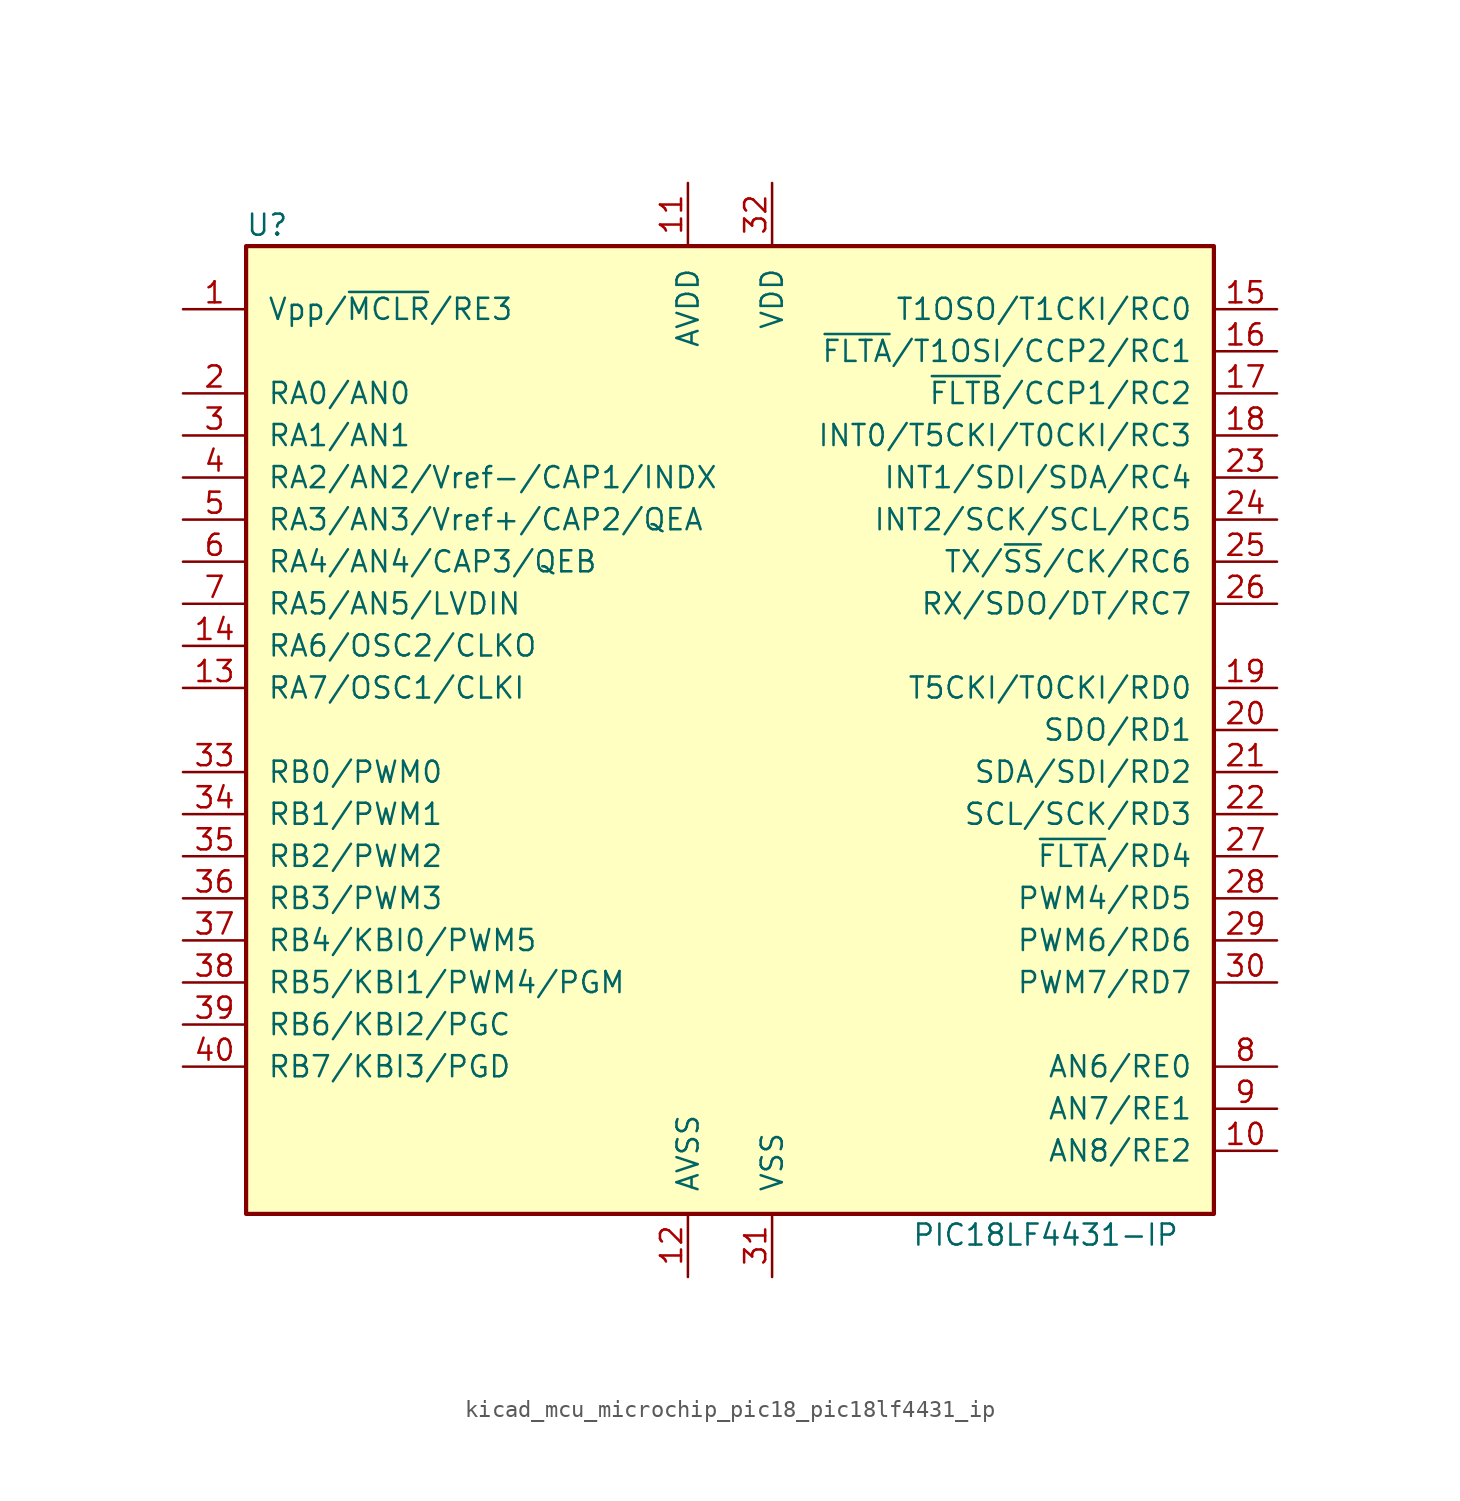
<source format=kicad_sym>
(kicad_symbol_lib
  (version 20220914)
  (generator kicad_symbol_editor)
  (symbol "kicad_mcu_microchip_pic18_pic18lf4431_ip"
    (pin_names
      (offset 1.27))
    (property "Reference" "U"
      (at -27.94 30.48 0)
      (effects (font (size 1.27 1.27))))
    (property "Value" "PIC18LF4431-IP"
      (at 19.05 -30.48 0)
      (effects (font (size 1.27 1.27))))
    (symbol "kicad_mcu_microchip_pic18_pic18lf4431_ip_0_1"
      (rectangle (start -29.21 29.21) (end 29.21 -29.21) (stroke (width 0.254) (type default)) (fill (type background))))
    (symbol "kicad_mcu_microchip_pic18_pic18lf4431_ip_1_1"
      (pin input line (at -33.02 25.4 0) (length 3.81) (name "Vpp/~{MCLR}/RE3" (effects (font (size 1.27 1.27)))) (number "1" (effects (font (size 1.27 1.27)))))
      (pin bidirectional line (at 33.02 -25.4 180) (length 3.81) (name "AN8/RE2" (effects (font (size 1.27 1.27)))) (number "10" (effects (font (size 1.27 1.27)))))
      (pin power_in line (at -2.54 33.02 270) (length 3.81) (name "AVDD" (effects (font (size 1.27 1.27)))) (number "11" (effects (font (size 1.27 1.27)))))
      (pin power_in line (at -2.54 -33.02 90) (length 3.81) (name "AVSS" (effects (font (size 1.27 1.27)))) (number "12" (effects (font (size 1.27 1.27)))))
      (pin bidirectional line (at -33.02 2.54 0) (length 3.81) (name "RA7/OSC1/CLKI" (effects (font (size 1.27 1.27)))) (number "13" (effects (font (size 1.27 1.27)))))
      (pin bidirectional line (at -33.02 5.08 0) (length 3.81) (name "RA6/OSC2/CLKO" (effects (font (size 1.27 1.27)))) (number "14" (effects (font (size 1.27 1.27)))))
      (pin bidirectional line (at 33.02 25.4 180) (length 3.81) (name "T1OSO/T1CKI/RC0" (effects (font (size 1.27 1.27)))) (number "15" (effects (font (size 1.27 1.27)))))
      (pin bidirectional line (at 33.02 22.86 180) (length 3.81) (name "~{FLTA}/T1OSI/CCP2/RC1" (effects (font (size 1.27 1.27)))) (number "16" (effects (font (size 1.27 1.27)))))
      (pin bidirectional line (at 33.02 20.32 180) (length 3.81) (name "~{FLTB}/CCP1/RC2" (effects (font (size 1.27 1.27)))) (number "17" (effects (font (size 1.27 1.27)))))
      (pin bidirectional line (at 33.02 17.78 180) (length 3.81) (name "INT0/T5CKI/T0CKI/RC3" (effects (font (size 1.27 1.27)))) (number "18" (effects (font (size 1.27 1.27)))))
      (pin bidirectional line (at 33.02 2.54 180) (length 3.81) (name "T5CKI/T0CKI/RD0" (effects (font (size 1.27 1.27)))) (number "19" (effects (font (size 1.27 1.27)))))
      (pin bidirectional line (at -33.02 20.32 0) (length 3.81) (name "RA0/AN0" (effects (font (size 1.27 1.27)))) (number "2" (effects (font (size 1.27 1.27)))))
      (pin bidirectional line (at 33.02 0 180) (length 3.81) (name "SDO/RD1" (effects (font (size 1.27 1.27)))) (number "20" (effects (font (size 1.27 1.27)))))
      (pin bidirectional line (at 33.02 -2.54 180) (length 3.81) (name "SDA/SDI/RD2" (effects (font (size 1.27 1.27)))) (number "21" (effects (font (size 1.27 1.27)))))
      (pin bidirectional line (at 33.02 -5.08 180) (length 3.81) (name "SCL/SCK/RD3" (effects (font (size 1.27 1.27)))) (number "22" (effects (font (size 1.27 1.27)))))
      (pin bidirectional line (at 33.02 15.24 180) (length 3.81) (name "INT1/SDI/SDA/RC4" (effects (font (size 1.27 1.27)))) (number "23" (effects (font (size 1.27 1.27)))))
      (pin bidirectional line (at 33.02 12.7 180) (length 3.81) (name "INT2/SCK/SCL/RC5" (effects (font (size 1.27 1.27)))) (number "24" (effects (font (size 1.27 1.27)))))
      (pin bidirectional line (at 33.02 10.16 180) (length 3.81) (name "TX/~{SS}/CK/RC6" (effects (font (size 1.27 1.27)))) (number "25" (effects (font (size 1.27 1.27)))))
      (pin bidirectional line (at 33.02 7.62 180) (length 3.81) (name "RX/SDO/DT/RC7" (effects (font (size 1.27 1.27)))) (number "26" (effects (font (size 1.27 1.27)))))
      (pin bidirectional line (at 33.02 -7.62 180) (length 3.81) (name "~{FLTA}/RD4" (effects (font (size 1.27 1.27)))) (number "27" (effects (font (size 1.27 1.27)))))
      (pin bidirectional line (at 33.02 -10.16 180) (length 3.81) (name "PWM4/RD5" (effects (font (size 1.27 1.27)))) (number "28" (effects (font (size 1.27 1.27)))))
      (pin bidirectional line (at 33.02 -12.7 180) (length 3.81) (name "PWM6/RD6" (effects (font (size 1.27 1.27)))) (number "29" (effects (font (size 1.27 1.27)))))
      (pin bidirectional line (at -33.02 17.78 0) (length 3.81) (name "RA1/AN1" (effects (font (size 1.27 1.27)))) (number "3" (effects (font (size 1.27 1.27)))))
      (pin bidirectional line (at 33.02 -15.24 180) (length 3.81) (name "PWM7/RD7" (effects (font (size 1.27 1.27)))) (number "30" (effects (font (size 1.27 1.27)))))
      (pin power_in line (at 2.54 -33.02 90) (length 3.81) (name "VSS" (effects (font (size 1.27 1.27)))) (number "31" (effects (font (size 1.27 1.27)))))
      (pin power_in line (at 2.54 33.02 270) (length 3.81) (name "VDD" (effects (font (size 1.27 1.27)))) (number "32" (effects (font (size 1.27 1.27)))))
      (pin bidirectional line (at -33.02 -2.54 0) (length 3.81) (name "RB0/PWM0" (effects (font (size 1.27 1.27)))) (number "33" (effects (font (size 1.27 1.27)))))
      (pin bidirectional line (at -33.02 -5.08 0) (length 3.81) (name "RB1/PWM1" (effects (font (size 1.27 1.27)))) (number "34" (effects (font (size 1.27 1.27)))))
      (pin bidirectional line (at -33.02 -7.62 0) (length 3.81) (name "RB2/PWM2" (effects (font (size 1.27 1.27)))) (number "35" (effects (font (size 1.27 1.27)))))
      (pin bidirectional line (at -33.02 -10.16 0) (length 3.81) (name "RB3/PWM3" (effects (font (size 1.27 1.27)))) (number "36" (effects (font (size 1.27 1.27)))))
      (pin bidirectional line (at -33.02 -12.7 0) (length 3.81) (name "RB4/KBI0/PWM5" (effects (font (size 1.27 1.27)))) (number "37" (effects (font (size 1.27 1.27)))))
      (pin bidirectional line (at -33.02 -15.24 0) (length 3.81) (name "RB5/KBI1/PWM4/PGM" (effects (font (size 1.27 1.27)))) (number "38" (effects (font (size 1.27 1.27)))))
      (pin bidirectional line (at -33.02 -17.78 0) (length 3.81) (name "RB6/KBI2/PGC" (effects (font (size 1.27 1.27)))) (number "39" (effects (font (size 1.27 1.27)))))
      (pin bidirectional line (at -33.02 15.24 0) (length 3.81) (name "RA2/AN2/Vref-/CAP1/INDX" (effects (font (size 1.27 1.27)))) (number "4" (effects (font (size 1.27 1.27)))))
      (pin bidirectional line (at -33.02 -20.32 0) (length 3.81) (name "RB7/KBI3/PGD" (effects (font (size 1.27 1.27)))) (number "40" (effects (font (size 1.27 1.27)))))
      (pin bidirectional line (at -33.02 12.7 0) (length 3.81) (name "RA3/AN3/Vref+/CAP2/QEA" (effects (font (size 1.27 1.27)))) (number "5" (effects (font (size 1.27 1.27)))))
      (pin bidirectional line (at -33.02 10.16 0) (length 3.81) (name "RA4/AN4/CAP3/QEB" (effects (font (size 1.27 1.27)))) (number "6" (effects (font (size 1.27 1.27)))))
      (pin bidirectional line (at -33.02 7.62 0) (length 3.81) (name "RA5/AN5/LVDIN" (effects (font (size 1.27 1.27)))) (number "7" (effects (font (size 1.27 1.27)))))
      (pin bidirectional line (at 33.02 -20.32 180) (length 3.81) (name "AN6/RE0" (effects (font (size 1.27 1.27)))) (number "8" (effects (font (size 1.27 1.27)))))
      (pin bidirectional line (at 33.02 -22.86 180) (length 3.81) (name "AN7/RE1" (effects (font (size 1.27 1.27)))) (number "9" (effects (font (size 1.27 1.27))))))))
</source>
